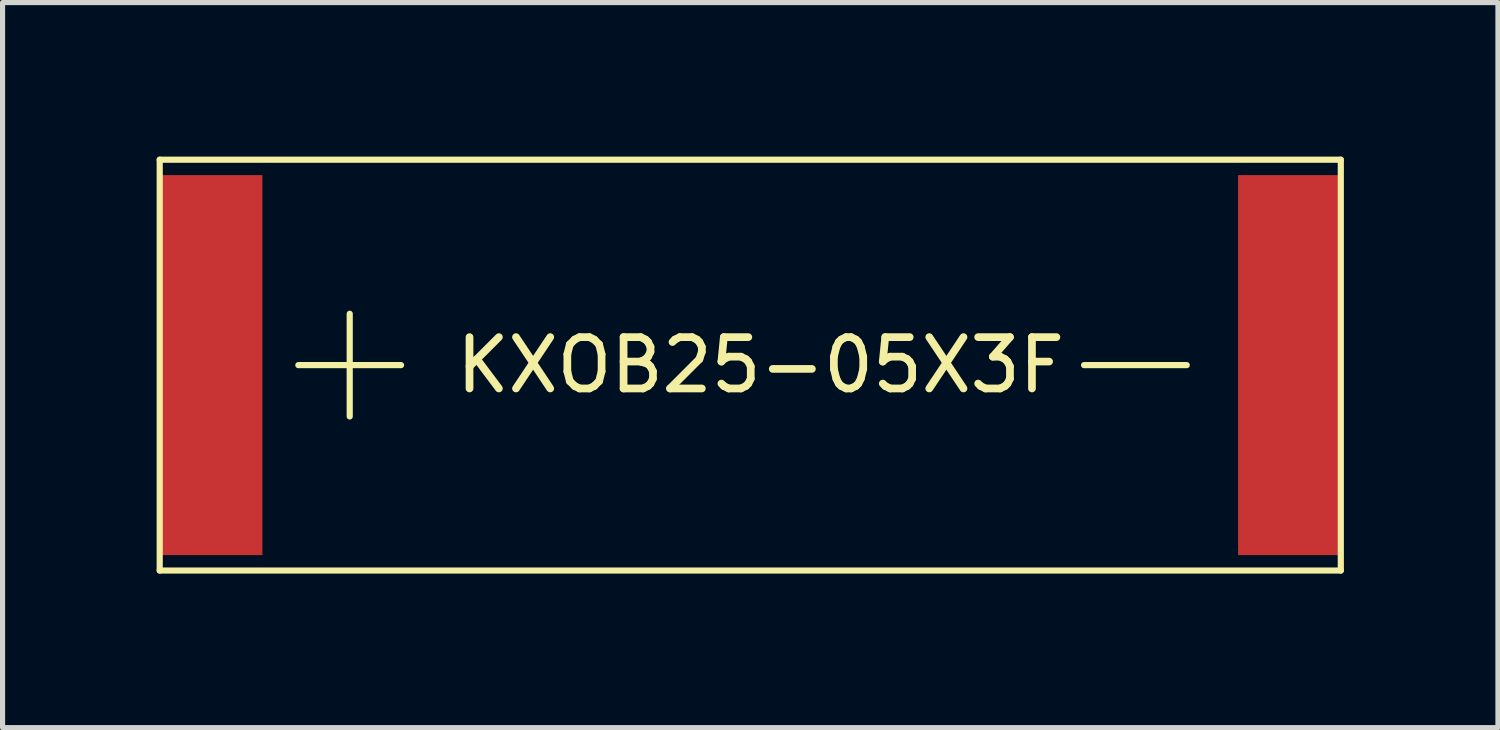
<source format=kicad_pcb>
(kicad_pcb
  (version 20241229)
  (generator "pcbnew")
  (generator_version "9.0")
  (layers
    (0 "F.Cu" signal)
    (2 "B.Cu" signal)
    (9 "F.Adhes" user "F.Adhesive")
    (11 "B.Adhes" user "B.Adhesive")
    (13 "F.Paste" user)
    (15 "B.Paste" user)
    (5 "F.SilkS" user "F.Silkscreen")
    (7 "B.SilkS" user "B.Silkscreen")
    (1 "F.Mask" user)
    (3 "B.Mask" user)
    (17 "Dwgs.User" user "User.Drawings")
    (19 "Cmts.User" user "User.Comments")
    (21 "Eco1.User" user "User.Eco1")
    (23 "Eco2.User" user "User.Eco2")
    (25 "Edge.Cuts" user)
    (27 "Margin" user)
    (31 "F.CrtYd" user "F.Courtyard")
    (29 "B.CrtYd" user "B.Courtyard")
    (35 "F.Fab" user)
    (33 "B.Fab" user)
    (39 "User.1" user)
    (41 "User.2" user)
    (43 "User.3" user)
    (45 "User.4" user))
  (footprint "KXOB25-05X3F"
    (layer "F.Cu")
    (at 1.06 4.06)
    (property "Reference" "KXOB25-05X3F" (at 10.7 0 0) (layer "F.SilkS") (effects (font (size 1 1) (thickness 0.15))))
    (attr through_hole)
    (fp_line (start -1 -4) (end 22 -4) (stroke (width 0.12) (type solid)) (layer "F.SilkS"))
    (fp_line (start -1 4) (end -1 -4) (stroke (width 0.12) (type solid)) (layer "F.SilkS"))
    (fp_line (start 1.7 0) (end 3.7 0) (stroke (width 0.12) (type solid)) (layer "F.SilkS"))
    (fp_line (start 2.7 -1) (end 2.7 1) (stroke (width 0.12) (type solid)) (layer "F.SilkS"))
    (fp_line (start 17 0) (end 19 0) (stroke (width 0.12) (type solid)) (layer "F.SilkS"))
    (fp_line (start 22 -4) (end 22 4) (stroke (width 0.12) (type solid)) (layer "F.SilkS"))
    (fp_line (start 22 4) (end -1 4) (stroke (width 0.12) (type solid)) (layer "F.SilkS"))
    (pad "1" smd rect (at 0 0) (size 2 7.4) (layers "F.Cu" "F.Mask" "F.Paste"))
    (pad "2" smd rect (at 21 0) (size 2 7.4) (layers "F.Cu" "F.Mask" "F.Paste")))
  (gr_rect
    (start -3 -3)
    (end 26.12 11.12)
    (stroke (width 0.1) (type default))
    (fill no)
    (layer "Edge.Cuts")))
</source>
